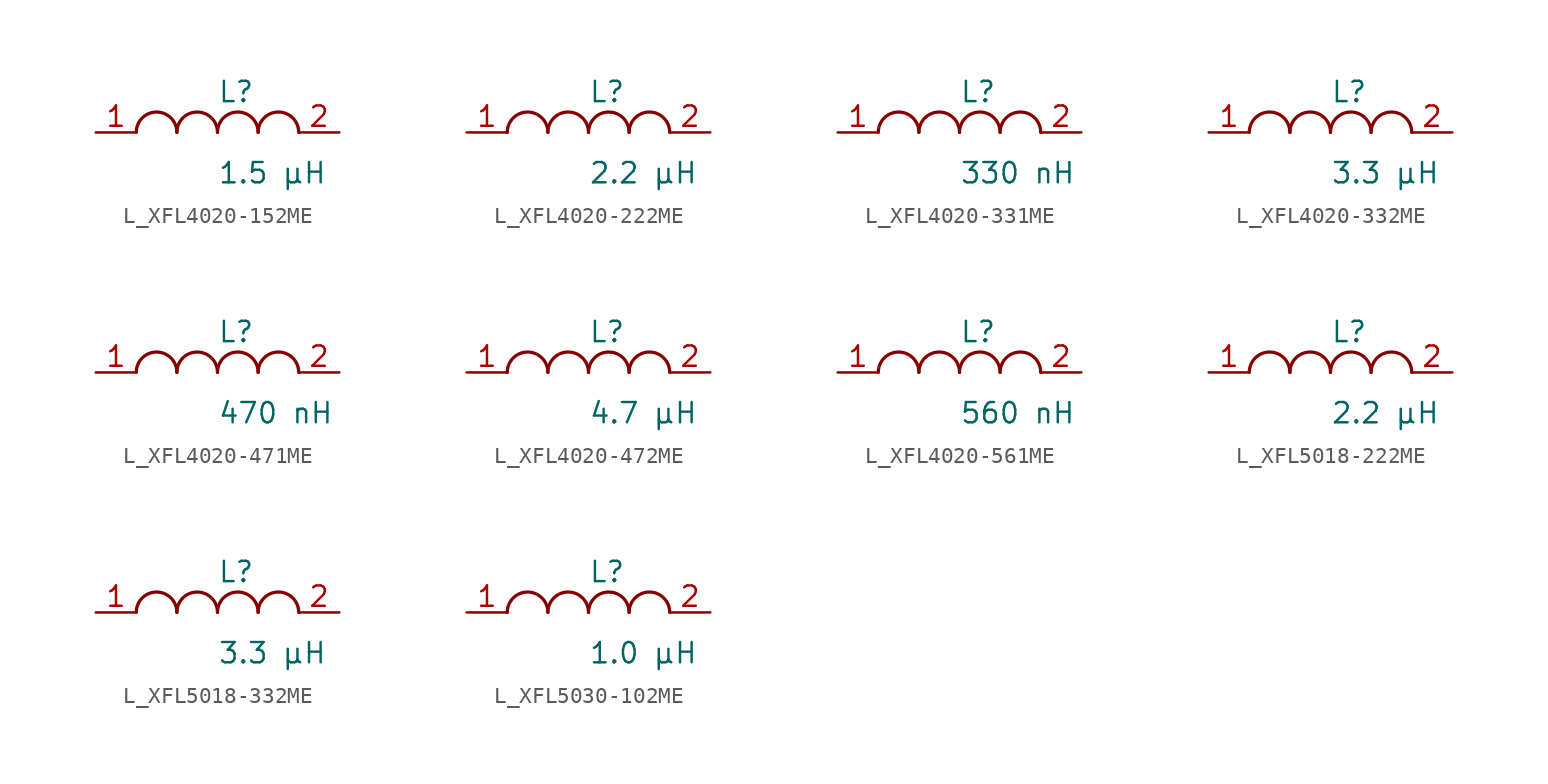
<source format=kicad_sym>
(kicad_symbol_lib
  (version 20231120)
  (generator kicad_symbol_editor)
  (generator_version 8.0)
  (symbol "L_XFL4020-152ME"
    (pin_names
      (offset 0.254))
    (property "Reference" "L"
      (at 0.0 2.54 0)
      (effects (font (size 1.27 1.27)) (justify left)))
    (property "Value" "1.5 µH"
      (at 0.0 -2.54 0)
      (effects (font (size 1.27 1.27)) (justify left)))
    (symbol "L_XFL4020-152ME_1_1"
      (arc (start -2.54 0.0056) (mid -3.81 1.27) (end -5.08 0.0056) (stroke (width 0.2032) (type default)) (fill (type none)))
      (arc (start 0 0.0056) (mid -1.27 1.27) (end -2.54 0.0056) (stroke (width 0.2032) (type default)) (fill (type none)))
      (arc (start 2.54 0.0056) (mid 1.27 1.27) (end 0 0.0056) (stroke (width 0.2032) (type default)) (fill (type none)))
      (arc (start 5.08 0.0056) (mid 3.81 1.27) (end 2.54 0.0056) (stroke (width 0.2032) (type default)) (fill (type none)))
      (pin unspecified line (at -7.62 0 0) (length 2.54) (name "" (effects (font (size 1.27 1.27)))) (number "1" (effects (font (size 1.27 1.27)))))
      (pin unspecified line (at 7.62 0 180) (length 2.54) (name "" (effects (font (size 1.27 1.27)))) (number "2" (effects (font (size 1.27 1.27)))))))
  (symbol "L_XFL4020-222ME"
    (pin_names
      (offset 0.254))
    (property "Reference" "L"
      (at 0.0 2.54 0)
      (effects (font (size 1.27 1.27)) (justify left)))
    (property "Value" "2.2 µH"
      (at 0.0 -2.54 0)
      (effects (font (size 1.27 1.27)) (justify left)))
    (symbol "L_XFL4020-222ME_1_1"
      (arc (start -2.54 0.0056) (mid -3.81 1.27) (end -5.08 0.0056) (stroke (width 0.2032) (type default)) (fill (type none)))
      (arc (start 0 0.0056) (mid -1.27 1.27) (end -2.54 0.0056) (stroke (width 0.2032) (type default)) (fill (type none)))
      (arc (start 2.54 0.0056) (mid 1.27 1.27) (end 0 0.0056) (stroke (width 0.2032) (type default)) (fill (type none)))
      (arc (start 5.08 0.0056) (mid 3.81 1.27) (end 2.54 0.0056) (stroke (width 0.2032) (type default)) (fill (type none)))
      (pin unspecified line (at -7.62 0 0) (length 2.54) (name "" (effects (font (size 1.27 1.27)))) (number "1" (effects (font (size 1.27 1.27)))))
      (pin unspecified line (at 7.62 0 180) (length 2.54) (name "" (effects (font (size 1.27 1.27)))) (number "2" (effects (font (size 1.27 1.27)))))))
  (symbol "L_XFL4020-331ME"
    (pin_names
      (offset 0.254))
    (property "Reference" "L"
      (at 0.0 2.54 0)
      (effects (font (size 1.27 1.27)) (justify left)))
    (property "Value" "330 nH"
      (at 0.0 -2.54 0)
      (effects (font (size 1.27 1.27)) (justify left)))
    (symbol "L_XFL4020-331ME_1_1"
      (arc (start -2.54 0.0056) (mid -3.81 1.27) (end -5.08 0.0056) (stroke (width 0.2032) (type default)) (fill (type none)))
      (arc (start 0 0.0056) (mid -1.27 1.27) (end -2.54 0.0056) (stroke (width 0.2032) (type default)) (fill (type none)))
      (arc (start 2.54 0.0056) (mid 1.27 1.27) (end 0 0.0056) (stroke (width 0.2032) (type default)) (fill (type none)))
      (arc (start 5.08 0.0056) (mid 3.81 1.27) (end 2.54 0.0056) (stroke (width 0.2032) (type default)) (fill (type none)))
      (pin unspecified line (at -7.62 0 0) (length 2.54) (name "" (effects (font (size 1.27 1.27)))) (number "1" (effects (font (size 1.27 1.27)))))
      (pin unspecified line (at 7.62 0 180) (length 2.54) (name "" (effects (font (size 1.27 1.27)))) (number "2" (effects (font (size 1.27 1.27)))))))
  (symbol "L_XFL4020-332ME"
    (pin_names
      (offset 0.254))
    (property "Reference" "L"
      (at 0.0 2.54 0)
      (effects (font (size 1.27 1.27)) (justify left)))
    (property "Value" "3.3 µH"
      (at 0.0 -2.54 0)
      (effects (font (size 1.27 1.27)) (justify left)))
    (symbol "L_XFL4020-332ME_1_1"
      (arc (start -2.54 0.0056) (mid -3.81 1.27) (end -5.08 0.0056) (stroke (width 0.2032) (type default)) (fill (type none)))
      (arc (start 0 0.0056) (mid -1.27 1.27) (end -2.54 0.0056) (stroke (width 0.2032) (type default)) (fill (type none)))
      (arc (start 2.54 0.0056) (mid 1.27 1.27) (end 0 0.0056) (stroke (width 0.2032) (type default)) (fill (type none)))
      (arc (start 5.08 0.0056) (mid 3.81 1.27) (end 2.54 0.0056) (stroke (width 0.2032) (type default)) (fill (type none)))
      (pin unspecified line (at -7.62 0 0) (length 2.54) (name "" (effects (font (size 1.27 1.27)))) (number "1" (effects (font (size 1.27 1.27)))))
      (pin unspecified line (at 7.62 0 180) (length 2.54) (name "" (effects (font (size 1.27 1.27)))) (number "2" (effects (font (size 1.27 1.27)))))))
  (symbol "L_XFL4020-471ME"
    (pin_names
      (offset 0.254))
    (property "Reference" "L"
      (at 0.0 2.54 0)
      (effects (font (size 1.27 1.27)) (justify left)))
    (property "Value" "470 nH"
      (at 0.0 -2.54 0)
      (effects (font (size 1.27 1.27)) (justify left)))
    (symbol "L_XFL4020-471ME_1_1"
      (arc (start -2.54 0.0056) (mid -3.81 1.27) (end -5.08 0.0056) (stroke (width 0.2032) (type default)) (fill (type none)))
      (arc (start 0 0.0056) (mid -1.27 1.27) (end -2.54 0.0056) (stroke (width 0.2032) (type default)) (fill (type none)))
      (arc (start 2.54 0.0056) (mid 1.27 1.27) (end 0 0.0056) (stroke (width 0.2032) (type default)) (fill (type none)))
      (arc (start 5.08 0.0056) (mid 3.81 1.27) (end 2.54 0.0056) (stroke (width 0.2032) (type default)) (fill (type none)))
      (pin unspecified line (at -7.62 0 0) (length 2.54) (name "" (effects (font (size 1.27 1.27)))) (number "1" (effects (font (size 1.27 1.27)))))
      (pin unspecified line (at 7.62 0 180) (length 2.54) (name "" (effects (font (size 1.27 1.27)))) (number "2" (effects (font (size 1.27 1.27)))))))
  (symbol "L_XFL4020-472ME"
    (pin_names
      (offset 0.254))
    (property "Reference" "L"
      (at 0.0 2.54 0)
      (effects (font (size 1.27 1.27)) (justify left)))
    (property "Value" "4.7 µH"
      (at 0.0 -2.54 0)
      (effects (font (size 1.27 1.27)) (justify left)))
    (symbol "L_XFL4020-472ME_1_1"
      (arc (start -2.54 0.0056) (mid -3.81 1.27) (end -5.08 0.0056) (stroke (width 0.2032) (type default)) (fill (type none)))
      (arc (start 0 0.0056) (mid -1.27 1.27) (end -2.54 0.0056) (stroke (width 0.2032) (type default)) (fill (type none)))
      (arc (start 2.54 0.0056) (mid 1.27 1.27) (end 0 0.0056) (stroke (width 0.2032) (type default)) (fill (type none)))
      (arc (start 5.08 0.0056) (mid 3.81 1.27) (end 2.54 0.0056) (stroke (width 0.2032) (type default)) (fill (type none)))
      (pin unspecified line (at -7.62 0 0) (length 2.54) (name "" (effects (font (size 1.27 1.27)))) (number "1" (effects (font (size 1.27 1.27)))))
      (pin unspecified line (at 7.62 0 180) (length 2.54) (name "" (effects (font (size 1.27 1.27)))) (number "2" (effects (font (size 1.27 1.27)))))))
  (symbol "L_XFL4020-561ME"
    (pin_names
      (offset 0.254))
    (property "Reference" "L"
      (at 0.0 2.54 0)
      (effects (font (size 1.27 1.27)) (justify left)))
    (property "Value" "560 nH"
      (at 0.0 -2.54 0)
      (effects (font (size 1.27 1.27)) (justify left)))
    (symbol "L_XFL4020-561ME_1_1"
      (arc (start -2.54 0.0056) (mid -3.81 1.27) (end -5.08 0.0056) (stroke (width 0.2032) (type default)) (fill (type none)))
      (arc (start 0 0.0056) (mid -1.27 1.27) (end -2.54 0.0056) (stroke (width 0.2032) (type default)) (fill (type none)))
      (arc (start 2.54 0.0056) (mid 1.27 1.27) (end 0 0.0056) (stroke (width 0.2032) (type default)) (fill (type none)))
      (arc (start 5.08 0.0056) (mid 3.81 1.27) (end 2.54 0.0056) (stroke (width 0.2032) (type default)) (fill (type none)))
      (pin unspecified line (at -7.62 0 0) (length 2.54) (name "" (effects (font (size 1.27 1.27)))) (number "1" (effects (font (size 1.27 1.27)))))
      (pin unspecified line (at 7.62 0 180) (length 2.54) (name "" (effects (font (size 1.27 1.27)))) (number "2" (effects (font (size 1.27 1.27)))))))
  (symbol "L_XFL5018-222ME"
    (pin_names
      (offset 0.254))
    (property "Reference" "L"
      (at 0.0 2.54 0)
      (effects (font (size 1.27 1.27)) (justify left)))
    (property "Value" "2.2 µH"
      (at 0.0 -2.54 0)
      (effects (font (size 1.27 1.27)) (justify left)))
    (symbol "L_XFL5018-222ME_1_1"
      (arc (start -2.54 0.0056) (mid -3.81 1.27) (end -5.08 0.0056) (stroke (width 0.2032) (type default)) (fill (type none)))
      (arc (start 0 0.0056) (mid -1.27 1.27) (end -2.54 0.0056) (stroke (width 0.2032) (type default)) (fill (type none)))
      (arc (start 2.54 0.0056) (mid 1.27 1.27) (end 0 0.0056) (stroke (width 0.2032) (type default)) (fill (type none)))
      (arc (start 5.08 0.0056) (mid 3.81 1.27) (end 2.54 0.0056) (stroke (width 0.2032) (type default)) (fill (type none)))
      (pin unspecified line (at -7.62 0 0) (length 2.54) (name "" (effects (font (size 1.27 1.27)))) (number "1" (effects (font (size 1.27 1.27)))))
      (pin unspecified line (at 7.62 0 180) (length 2.54) (name "" (effects (font (size 1.27 1.27)))) (number "2" (effects (font (size 1.27 1.27)))))))
  (symbol "L_XFL5018-332ME"
    (pin_names
      (offset 0.254))
    (property "Reference" "L"
      (at 0.0 2.54 0)
      (effects (font (size 1.27 1.27)) (justify left)))
    (property "Value" "3.3 µH"
      (at 0.0 -2.54 0)
      (effects (font (size 1.27 1.27)) (justify left)))
    (symbol "L_XFL5018-332ME_1_1"
      (arc (start -2.54 0.0056) (mid -3.81 1.27) (end -5.08 0.0056) (stroke (width 0.2032) (type default)) (fill (type none)))
      (arc (start 0 0.0056) (mid -1.27 1.27) (end -2.54 0.0056) (stroke (width 0.2032) (type default)) (fill (type none)))
      (arc (start 2.54 0.0056) (mid 1.27 1.27) (end 0 0.0056) (stroke (width 0.2032) (type default)) (fill (type none)))
      (arc (start 5.08 0.0056) (mid 3.81 1.27) (end 2.54 0.0056) (stroke (width 0.2032) (type default)) (fill (type none)))
      (pin unspecified line (at -7.62 0 0) (length 2.54) (name "" (effects (font (size 1.27 1.27)))) (number "1" (effects (font (size 1.27 1.27)))))
      (pin unspecified line (at 7.62 0 180) (length 2.54) (name "" (effects (font (size 1.27 1.27)))) (number "2" (effects (font (size 1.27 1.27)))))))
  (symbol "L_XFL5030-102ME"
    (pin_names
      (offset 0.254))
    (property "Reference" "L"
      (at 0.0 2.54 0)
      (effects (font (size 1.27 1.27)) (justify left)))
    (property "Value" "1.0 µH"
      (at 0.0 -2.54 0)
      (effects (font (size 1.27 1.27)) (justify left)))
    (symbol "L_XFL5030-102ME_1_1"
      (arc (start -2.54 0.0056) (mid -3.81 1.27) (end -5.08 0.0056) (stroke (width 0.2032) (type default)) (fill (type none)))
      (arc (start 0 0.0056) (mid -1.27 1.27) (end -2.54 0.0056) (stroke (width 0.2032) (type default)) (fill (type none)))
      (arc (start 2.54 0.0056) (mid 1.27 1.27) (end 0 0.0056) (stroke (width 0.2032) (type default)) (fill (type none)))
      (arc (start 5.08 0.0056) (mid 3.81 1.27) (end 2.54 0.0056) (stroke (width 0.2032) (type default)) (fill (type none)))
      (pin unspecified line (at -7.62 0 0) (length 2.54) (name "" (effects (font (size 1.27 1.27)))) (number "1" (effects (font (size 1.27 1.27)))))
      (pin unspecified line (at 7.62 0 180) (length 2.54) (name "" (effects (font (size 1.27 1.27)))) (number "2" (effects (font (size 1.27 1.27))))))))
</source>
